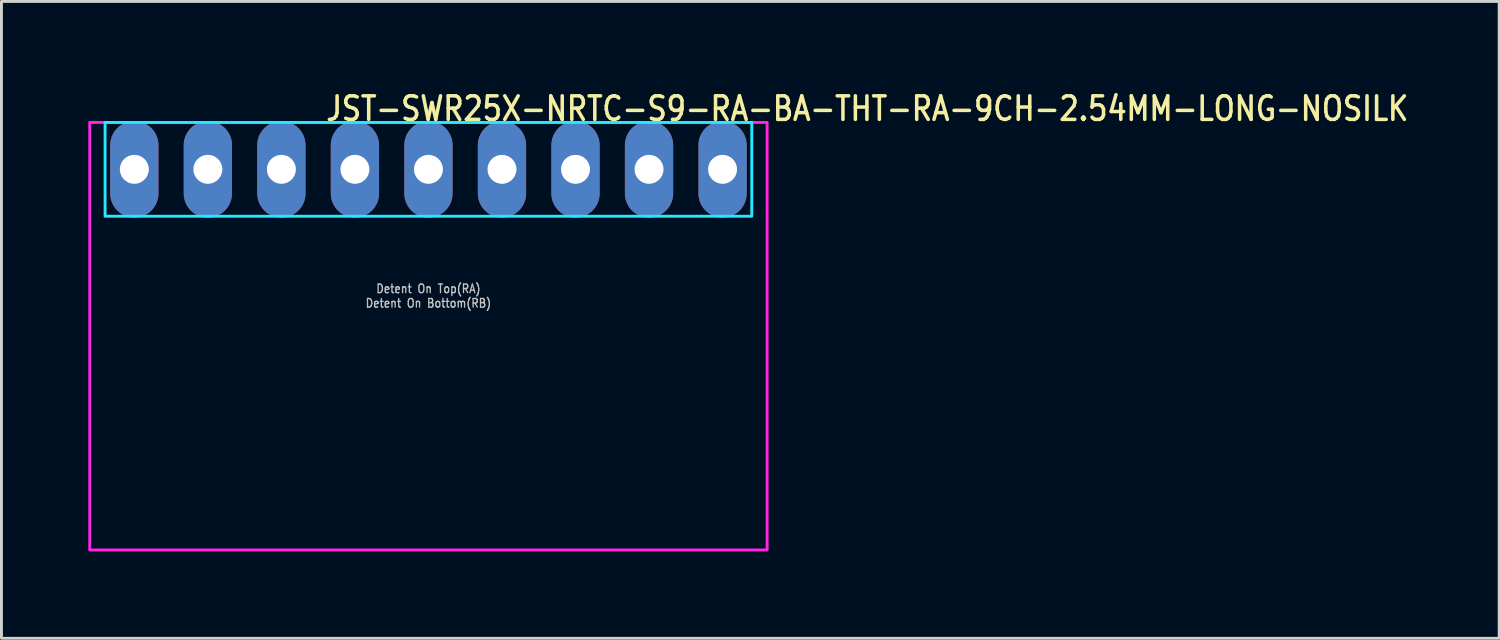
<source format=kicad_pcb>
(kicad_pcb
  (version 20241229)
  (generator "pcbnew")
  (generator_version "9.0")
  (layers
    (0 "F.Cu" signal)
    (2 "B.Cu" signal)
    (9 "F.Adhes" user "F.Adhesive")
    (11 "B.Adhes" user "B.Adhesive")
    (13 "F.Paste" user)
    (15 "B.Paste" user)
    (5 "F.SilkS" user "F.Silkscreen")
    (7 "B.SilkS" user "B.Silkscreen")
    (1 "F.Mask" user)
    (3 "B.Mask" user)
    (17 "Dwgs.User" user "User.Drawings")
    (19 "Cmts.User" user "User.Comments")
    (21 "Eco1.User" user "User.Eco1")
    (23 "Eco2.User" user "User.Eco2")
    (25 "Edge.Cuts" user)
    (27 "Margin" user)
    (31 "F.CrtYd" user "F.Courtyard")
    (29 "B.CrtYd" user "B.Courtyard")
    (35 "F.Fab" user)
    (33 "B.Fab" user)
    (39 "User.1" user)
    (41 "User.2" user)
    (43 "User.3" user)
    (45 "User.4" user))
  (footprint "JST-SWR25X-NRTC-S9-RA-BA-THT-RA-9CH-2.54MM-LONG-NOSILK"
    (layer "F.Cu")
    (at 11.75 2.799)
    (property "Reference" "JST-SWR25X-NRTC-S9-RA-BA-THT-RA-9CH-2.54MM-LONG-NOSILK" (at -3.6 -1.62 0) (unlocked yes) (layer "F.SilkS") (effects (font (size 0.813 0.695) (thickness 0.122)) (justify left bottom)))
    (fp_poly (pts (xy -11.17 -1.62) (xy -11.17 1.62) (xy 11.17 1.62) (xy 11.17 -1.62)) (stroke (width 0.1) (type solid)) (fill no) (layer "B.CrtYd"))
    (fp_poly (pts (xy -11.7 -1.62) (xy -11.7 13.15) (xy 11.7 13.15) (xy 11.7 -1.62)) (stroke (width 0.1) (type solid)) (fill no) (layer "F.CrtYd"))
    (fp_text user "Detent On Bottom(RB)" (at 0 4.8 0) (unlocked yes) (layer "Dwgs.User") (effects (font (size 0.3 0.257) (thickness 0.045)) (justify bottom)))
    (fp_text user "Detent On Top(RA)" (at 0 4.3 0) (unlocked yes) (layer "Dwgs.User") (effects (font (size 0.3 0.257) (thickness 0.045)) (justify bottom)))
    (pad "P$1" thru_hole oval (at -10.16 0 90) (size 3.333 1.667) (drill 1) (layers "*.Cu" "*.Mask"))
    (pad "P$2" thru_hole oval (at -7.62 0 90) (size 3.333 1.667) (drill 1) (layers "*.Cu" "*.Mask"))
    (pad "P$3" thru_hole oval (at -5.08 0 90) (size 3.333 1.667) (drill 1) (layers "*.Cu" "*.Mask"))
    (pad "P$4" thru_hole oval (at -2.54 0 90) (size 3.333 1.667) (drill 1) (layers "*.Cu" "*.Mask"))
    (pad "P$5" thru_hole oval (at 0 0 90) (size 3.333 1.667) (drill 1) (layers "*.Cu" "*.Mask"))
    (pad "P$6" thru_hole oval (at 2.54 0 90) (size 3.333 1.667) (drill 1) (layers "*.Cu" "*.Mask"))
    (pad "P$7" thru_hole oval (at 5.08 0 90) (size 3.333 1.667) (drill 1) (layers "*.Cu" "*.Mask"))
    (pad "P$8" thru_hole oval (at 7.62 0 90) (size 3.333 1.667) (drill 1) (layers "*.Cu" "*.Mask"))
    (pad "P$9" thru_hole oval (at 10.16 0 90) (size 3.333 1.667) (drill 1) (layers "*.Cu" "*.Mask")))
  (gr_rect
    (start -3 -3)
    (end 48.738 18.999)
    (stroke (width 0.1) (type default))
    (fill no)
    (layer "Edge.Cuts")))
</source>
